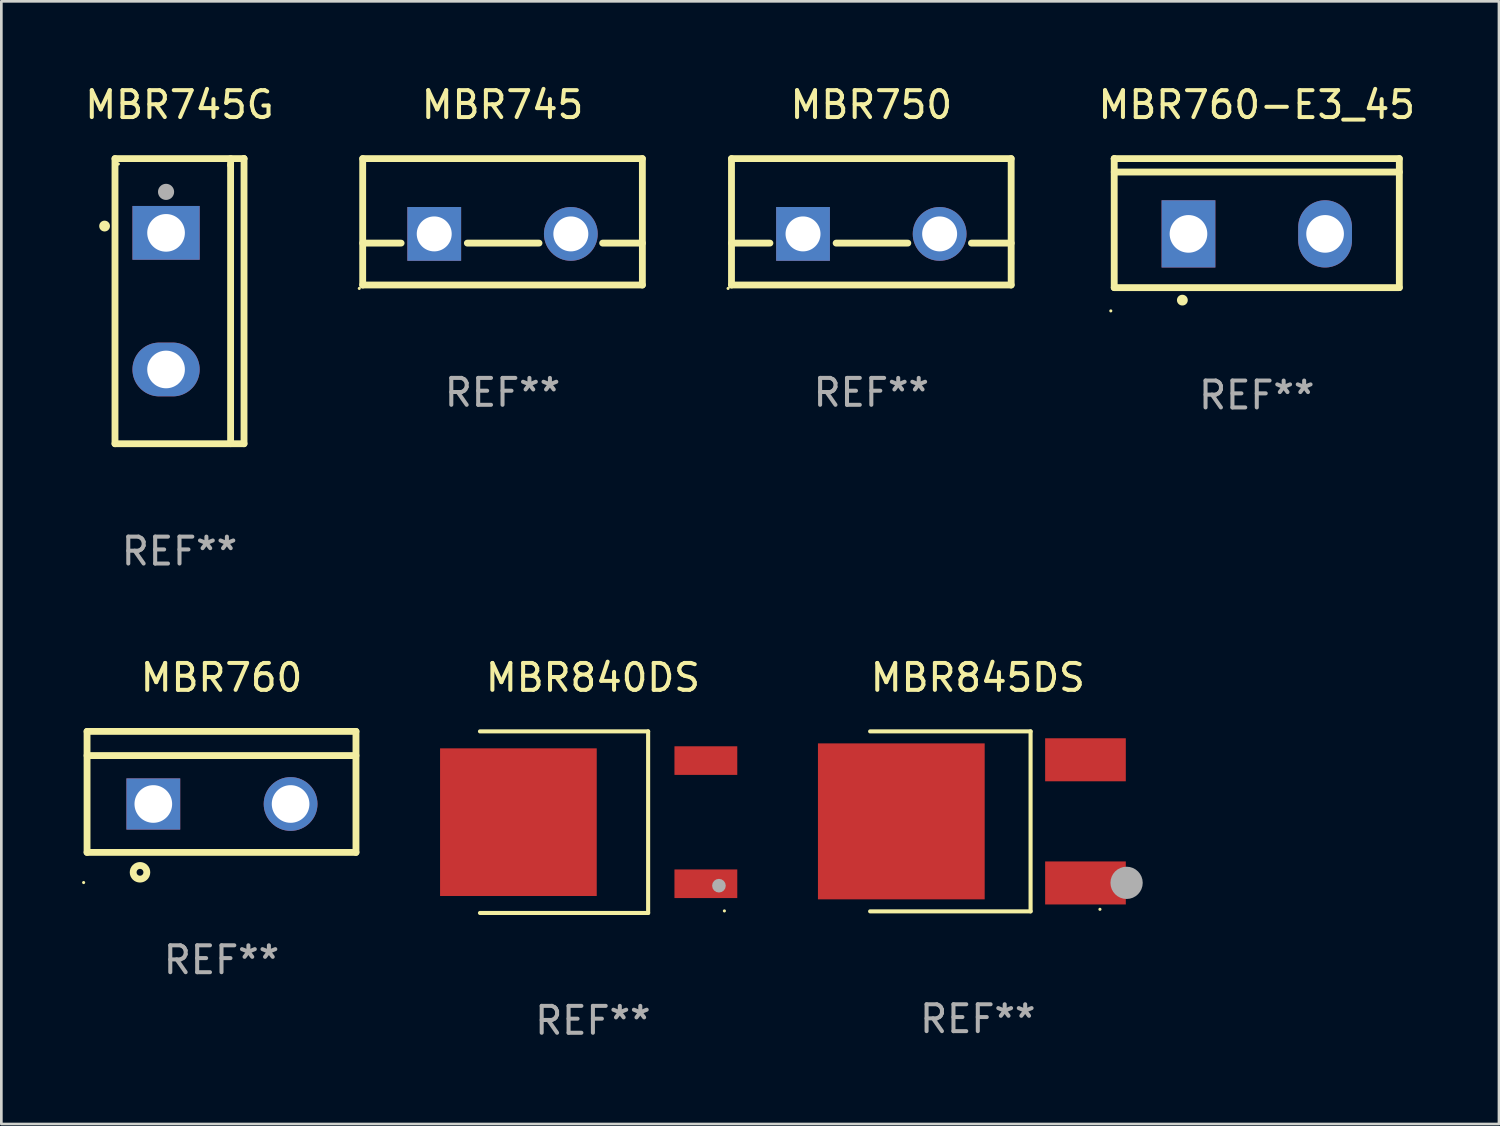
<source format=kicad_pcb>
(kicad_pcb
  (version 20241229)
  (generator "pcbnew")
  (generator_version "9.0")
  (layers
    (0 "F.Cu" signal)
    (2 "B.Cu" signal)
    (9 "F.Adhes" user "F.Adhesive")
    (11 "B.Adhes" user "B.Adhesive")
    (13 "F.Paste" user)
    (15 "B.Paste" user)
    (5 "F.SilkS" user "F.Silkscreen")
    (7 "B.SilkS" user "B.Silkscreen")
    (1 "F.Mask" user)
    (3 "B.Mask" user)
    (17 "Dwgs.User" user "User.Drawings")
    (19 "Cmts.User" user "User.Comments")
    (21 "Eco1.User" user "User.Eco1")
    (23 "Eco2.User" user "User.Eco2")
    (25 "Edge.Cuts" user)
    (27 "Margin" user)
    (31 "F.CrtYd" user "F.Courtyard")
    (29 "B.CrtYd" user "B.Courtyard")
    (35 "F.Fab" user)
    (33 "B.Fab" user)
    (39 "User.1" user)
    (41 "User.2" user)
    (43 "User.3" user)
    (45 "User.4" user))
  (footprint "MBR750"
    (layer "F.Cu")
    (at 29.351 5.198)
    (property "Reference" "MBR750" (at 0 -4.35 0) (layer "F.SilkS") (effects (font (size 1 1) (thickness 0.15))))
    (attr through_hole)
    (fp_line (start -5.2 -2.35) (end -5.2 2.35) (stroke (width 0.254) (type solid)) (layer "F.SilkS"))
    (fp_line (start -5.2 -2.35) (end 5.2 -2.35) (stroke (width 0.254) (type solid)) (layer "F.SilkS"))
    (fp_line (start -5.2 0.792) (end -3.771 0.792) (stroke (width 0.254) (type solid)) (layer "F.SilkS"))
    (fp_line (start -5.2 2.35) (end 5.2 2.35) (stroke (width 0.254) (type solid)) (layer "F.SilkS"))
    (fp_line (start -1.309 0.792) (end 1.357 0.792) (stroke (width 0.254) (type solid)) (layer "F.SilkS"))
    (fp_line (start 3.723 0.792) (end 5.2 0.792) (stroke (width 0.254) (type solid)) (layer "F.SilkS"))
    (fp_line (start 5.2 -2.35) (end 5.2 2.35) (stroke (width 0.254) (type solid)) (layer "F.SilkS"))
    (fp_circle (center -5.327 2.477) (end -5.297 2.477) (stroke (width 0.06) (type solid)) (fill no) (layer "F.SilkS"))
    (fp_text user "REF**" (at 0 6.35 0) (layer "F.Fab") (effects (font (size 1 1) (thickness 0.15))))
    (pad "1" thru_hole rect (at -2.54 0.45) (size 2 2) (drill 1.3) (layers "*.Cu" "*.Mask"))
    (pad "2" thru_hole circle (at 2.54 0.45) (size 2 2) (drill 1.3) (layers "*.Cu" "*.Mask")))
  (footprint "MBR745G"
    (layer "F.Cu")
    (at 3.625 8.149)
    (property "Reference" "MBR745G" (at 0 -7.301 0) (layer "F.SilkS") (effects (font (size 1 1) (thickness 0.15))))
    (attr through_hole)
    (fp_line (start -2.399 -5.301) (end 2.394 -5.301) (stroke (width 0.254) (type solid)) (layer "F.SilkS"))
    (fp_line (start -2.399 5.301) (end -2.399 -5.301) (stroke (width 0.254) (type solid)) (layer "F.SilkS"))
    (fp_line (start 1.9 -5.061) (end 1.9 -5.3) (stroke (width 0.254) (type solid)) (layer "F.SilkS"))
    (fp_line (start 1.9 5.3) (end 1.9 -5.061) (stroke (width 0.254) (type solid)) (layer "F.SilkS"))
    (fp_line (start 2.394 -5.301) (end 2.399 -5.301) (stroke (width 0.254) (type solid)) (layer "F.SilkS"))
    (fp_line (start 2.399 -5.301) (end 2.399 5.301) (stroke (width 0.254) (type solid)) (layer "F.SilkS"))
    (fp_line (start 2.399 5.301) (end -2.399 5.301) (stroke (width 0.254) (type solid)) (layer "F.SilkS"))
    (fp_arc (start -2.786043 -2.791466) (mid -2.786047 -2.792736) (end -2.786043 -2.794006) (stroke (width 0.4) (type solid)) (layer "F.SilkS"))
    (fp_circle (center -2.275 -5.1) (end -2.245 -5.1) (stroke (width 0.06) (type solid)) (fill no) (layer "F.SilkS"))
    (fp_circle (center -0.5 -4.064) (end -0.35 -4.064) (stroke (width 0.3) (type solid)) (fill no) (layer "F.Fab"))
    (fp_text user "REF**" (at 0 9.301 0) (layer "F.Fab") (effects (font (size 1 1) (thickness 0.15))))
    (pad "1" thru_hole rect (at -0.5 -2.54 270) (size 2 2.5) (drill 1.4) (layers "*.Cu" "*.Mask"))
    (pad "3" thru_hole oval (at -0.5 2.54 270) (size 2 2.5) (drill 1.4) (layers "*.Cu" "*.Mask")))
  (footprint "MBR840DS"
    (layer "F.Cu")
    (at 18.998 27.523)
    (property "Reference" "MBR840DS" (at 0 -5.376 0) (layer "F.SilkS") (effects (font (size 1 1) (thickness 0.15))))
    (attr through_hole)
    (fp_line (start -4.2 -3.376) (end 2.053 -3.376) (stroke (width 0.152) (type solid)) (layer "F.SilkS"))
    (fp_line (start -4.2 3.376) (end 2.053 3.376) (stroke (width 0.152) (type solid)) (layer "F.SilkS"))
    (fp_line (start 2.053 3.376) (end 2.053 -3.376) (stroke (width 0.152) (type solid)) (layer "F.SilkS"))
    (fp_circle (center 4.889 3.3) (end 4.919 3.3) (stroke (width 0.06) (type solid)) (fill no) (layer "F.SilkS"))
    (fp_circle (center 4.686 2.362) (end 4.813 2.362) (stroke (width 0.254) (type solid)) (fill no) (layer "F.Fab"))
    (fp_text user "REF**" (at 0 7.376 0) (layer "F.Fab") (effects (font (size 1 1) (thickness 0.15))))
    (pad "1" smd rect (at 4.2 2.29) (size 2.336 1.064) (layers "F.Cu" "F.Mask" "F.Paste"))
    (pad "3" smd rect (at 4.2 -2.29) (size 2.336 1.064) (layers "F.Cu" "F.Mask" "F.Paste"))
    (pad "4" smd rect (at -2.771 0) (size 5.826 5.491) (layers "F.Cu" "F.Mask" "F.Paste")))
  (footprint "MBR760"
    (layer "F.Cu")
    (at 5.187 26.397)
    (property "Reference" "MBR760" (at 0 -4.25 0) (layer "F.SilkS") (effects (font (size 1 1) (thickness 0.15))))
    (attr through_hole)
    (fp_line (start -5 -2.25) (end 5 -2.25) (stroke (width 0.254) (type solid)) (layer "F.SilkS"))
    (fp_line (start -5 -1.351) (end 5 -1.351) (stroke (width 0.254) (type solid)) (layer "F.SilkS"))
    (fp_line (start -5 2.25) (end -5 -2.25) (stroke (width 0.254) (type solid)) (layer "F.SilkS"))
    (fp_line (start -5 2.25) (end 5 2.25) (stroke (width 0.254) (type solid)) (layer "F.SilkS"))
    (fp_line (start 5 2.25) (end 5 -2.25) (stroke (width 0.254) (type solid)) (layer "F.SilkS"))
    (fp_circle (center -5.127 3.371) (end -5.097 3.371) (stroke (width 0.06) (type solid)) (fill no) (layer "F.SilkS"))
    (fp_circle (center -3.031 2.99) (end -2.777 2.99) (stroke (width 0.254) (type solid)) (fill no) (layer "F.SilkS"))
    (fp_text user "REF**" (at 0 6.25 0) (layer "F.Fab") (effects (font (size 1 1) (thickness 0.15))))
    (pad "1" thru_hole rect (at -2.536 0.45 90) (size 1.905 2) (drill 1.4) (layers "*.Cu" "*.Mask"))
    (pad "3" thru_hole circle (at 2.569 0.45) (size 2 2) (drill 1.4) (layers "*.Cu" "*.Mask")))
  (footprint "MBR845DS"
    (layer "F.Cu")
    (at 33.31 27.493)
    (property "Reference" "MBR845DS" (at 0 -5.346 0) (layer "F.SilkS") (effects (font (size 1 1) (thickness 0.15))))
    (attr through_hole)
    (fp_line (start -4.004 -3.346) (end 1.963 -3.346) (stroke (width 0.152) (type solid)) (layer "F.SilkS"))
    (fp_line (start -4.004 3.346) (end 1.963 3.346) (stroke (width 0.152) (type solid)) (layer "F.SilkS"))
    (fp_line (start 1.963 3.346) (end 1.963 -3.346) (stroke (width 0.152) (type solid)) (layer "F.SilkS"))
    (fp_circle (center 4.542 3.27) (end 4.572 3.27) (stroke (width 0.06) (type solid)) (fill no) (layer "F.SilkS"))
    (fp_circle (center 5.533 2.286) (end 5.833 2.286) (stroke (width 0.6) (type solid)) (fill no) (layer "F.Fab"))
    (fp_text user "REF**" (at 0 7.346 0) (layer "F.Fab") (effects (font (size 1 1) (thickness 0.15))))
    (pad "1" smd rect (at 4.004 2.29) (size 3 1.6) (layers "F.Cu" "F.Mask" "F.Paste"))
    (pad "2" smd rect (at -2.844 0) (size 6.2 5.8) (layers "F.Cu" "F.Mask" "F.Paste"))
    (pad "3" smd rect (at 4.004 -2.29) (size 3 1.6) (layers "F.Cu" "F.Mask" "F.Paste")))
  (footprint "MBR745"
    (layer "F.Cu")
    (at 15.637 5.198)
    (property "Reference" "MBR745" (at 0 -4.35 0) (layer "F.SilkS") (effects (font (size 1 1) (thickness 0.15))))
    (attr through_hole)
    (fp_line (start -5.2 -2.35) (end -5.2 2.35) (stroke (width 0.254) (type solid)) (layer "F.SilkS"))
    (fp_line (start -5.2 -2.35) (end 5.2 -2.35) (stroke (width 0.254) (type solid)) (layer "F.SilkS"))
    (fp_line (start -5.2 0.792) (end -3.771 0.792) (stroke (width 0.254) (type solid)) (layer "F.SilkS"))
    (fp_line (start -5.2 2.35) (end 5.2 2.35) (stroke (width 0.254) (type solid)) (layer "F.SilkS"))
    (fp_line (start -1.309 0.792) (end 1.357 0.792) (stroke (width 0.254) (type solid)) (layer "F.SilkS"))
    (fp_line (start 3.723 0.792) (end 5.2 0.792) (stroke (width 0.254) (type solid)) (layer "F.SilkS"))
    (fp_line (start 5.2 -2.35) (end 5.2 2.35) (stroke (width 0.254) (type solid)) (layer "F.SilkS"))
    (fp_circle (center -5.327 2.477) (end -5.297 2.477) (stroke (width 0.06) (type solid)) (fill no) (layer "F.SilkS"))
    (fp_text user "REF**" (at 0 6.35 0) (layer "F.Fab") (effects (font (size 1 1) (thickness 0.15))))
    (pad "1" thru_hole rect (at -2.54 0.45) (size 2 2) (drill 1.3) (layers "*.Cu" "*.Mask"))
    (pad "2" thru_hole circle (at 2.54 0.45) (size 2 2) (drill 1.3) (layers "*.Cu" "*.Mask")))
  (footprint "MBR760-E3_45"
    (layer "F.Cu")
    (at 43.684 5.247)
    (property "Reference" "MBR760-E3_45" (at 0 -4.399 0) (layer "F.SilkS") (effects (font (size 1 1) (thickness 0.15))))
    (attr through_hole)
    (fp_line (start -5.301 -2.399) (end 5.301 -2.399) (stroke (width 0.254) (type solid)) (layer "F.SilkS"))
    (fp_line (start -5.301 -2.394) (end -5.301 -2.399) (stroke (width 0.254) (type solid)) (layer "F.SilkS"))
    (fp_line (start -5.301 2.399) (end -5.301 -2.394) (stroke (width 0.254) (type solid)) (layer "F.SilkS"))
    (fp_line (start 5.3 -1.9) (end -5.3 -1.9) (stroke (width 0.254) (type solid)) (layer "F.SilkS"))
    (fp_line (start 5.301 -2.399) (end 5.301 2.399) (stroke (width 0.254) (type solid)) (layer "F.SilkS"))
    (fp_line (start 5.301 2.399) (end -5.301 2.399) (stroke (width 0.254) (type solid)) (layer "F.SilkS"))
    (fp_arc (start -2.768606 2.863843) (mid -2.767336 2.863839) (end -2.766066 2.863843) (stroke (width 0.4) (type solid)) (layer "F.SilkS"))
    (fp_circle (center -5.428 3.264) (end -5.398 3.264) (stroke (width 0.06) (type solid)) (fill no) (layer "F.SilkS"))
    (fp_text user "REF**" (at 0 6.399 0) (layer "F.Fab") (effects (font (size 1 1) (thickness 0.15))))
    (pad "1" thru_hole rect (at -2.54 0.4) (size 2 2.5) (drill 1.4) (layers "*.Cu" "*.Mask"))
    (pad "2" thru_hole oval (at 2.54 0.4) (size 2 2.5) (drill 1.4) (layers "*.Cu" "*.Mask")))
  (gr_rect
    (start -3 -3)
    (end 52.69 38.747)
    (stroke (width 0.1) (type default))
    (fill no)
    (layer "Edge.Cuts")))
</source>
